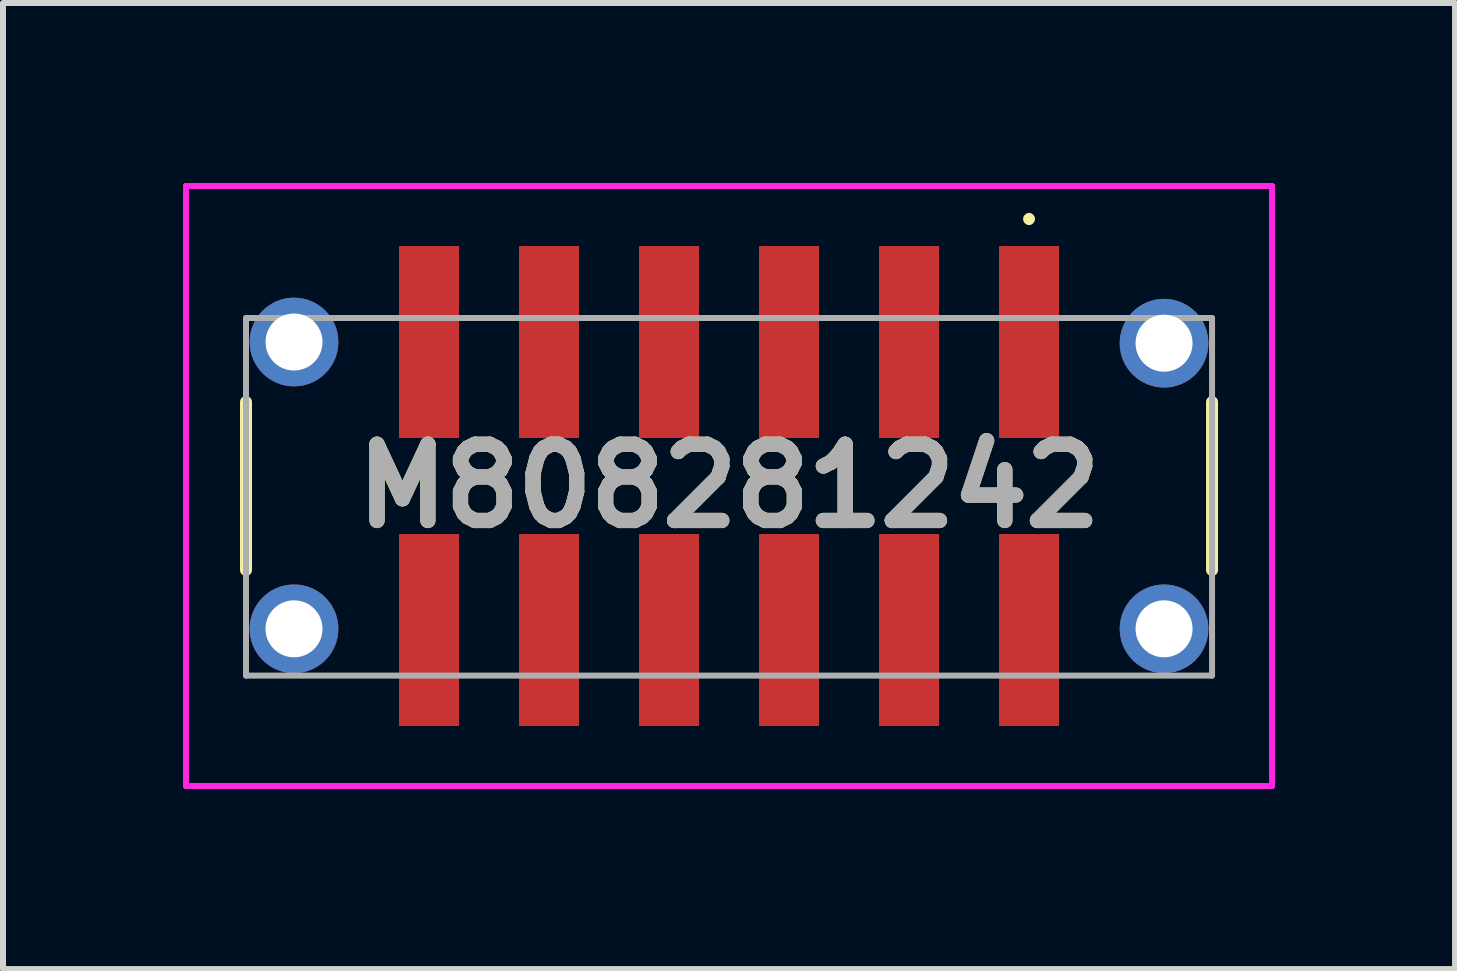
<source format=kicad_pcb>
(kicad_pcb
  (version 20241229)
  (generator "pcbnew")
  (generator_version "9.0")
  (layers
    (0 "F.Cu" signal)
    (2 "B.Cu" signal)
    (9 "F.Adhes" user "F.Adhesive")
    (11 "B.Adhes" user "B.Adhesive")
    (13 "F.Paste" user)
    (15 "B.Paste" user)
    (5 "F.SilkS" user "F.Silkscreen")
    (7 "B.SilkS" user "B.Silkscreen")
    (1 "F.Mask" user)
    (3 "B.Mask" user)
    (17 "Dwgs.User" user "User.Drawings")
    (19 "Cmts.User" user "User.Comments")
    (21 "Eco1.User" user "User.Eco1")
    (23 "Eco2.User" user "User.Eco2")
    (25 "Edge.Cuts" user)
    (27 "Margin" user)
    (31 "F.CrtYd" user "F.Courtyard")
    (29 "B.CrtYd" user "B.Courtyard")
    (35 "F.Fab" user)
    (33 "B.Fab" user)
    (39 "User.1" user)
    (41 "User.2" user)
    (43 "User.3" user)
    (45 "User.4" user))
  (footprint "M808281242"
    (layer "F.Cu")
    (at 9.1 5.05)
    (property "Reference" "M808281242" (at 0 0 0) (layer "F.SilkS") (effects (font (size 1.27 1.27) (thickness 0.254))))
    (attr through_hole)
    (fp_line (start -8.05 -1.4) (end -8.05 1.4) (stroke (width 0.2) (type solid)) (layer "F.SilkS"))
    (fp_line (start 5 -4.5) (end 5 -4.5) (stroke (width 0.1) (type solid)) (layer "F.SilkS"))
    (fp_line (start 5 -4.4) (end 5 -4.4) (stroke (width 0.1) (type solid)) (layer "F.SilkS"))
    (fp_line (start 8.05 -1.4) (end 8.05 1.4) (stroke (width 0.2) (type solid)) (layer "F.SilkS"))
    (fp_arc (start 5 -4.5) (mid 5.05 -4.45) (end 5 -4.4) (stroke (width 0.1) (type solid)) (layer "F.SilkS"))
    (fp_arc (start 5 -4.4) (mid 4.95 -4.45) (end 5 -4.5) (stroke (width 0.1) (type solid)) (layer "F.SilkS"))
    (fp_line (start -9.05 -5) (end 9.05 -5) (stroke (width 0.1) (type solid)) (layer "F.CrtYd"))
    (fp_line (start -9.05 5) (end -9.05 -5) (stroke (width 0.1) (type solid)) (layer "F.CrtYd"))
    (fp_line (start 9.05 -5) (end 9.05 5) (stroke (width 0.1) (type solid)) (layer "F.CrtYd"))
    (fp_line (start 9.05 5) (end -9.05 5) (stroke (width 0.1) (type solid)) (layer "F.CrtYd"))
    (fp_line (start -8.05 -2.8) (end 8.05 -2.8) (stroke (width 0.1) (type solid)) (layer "F.Fab"))
    (fp_line (start -8.05 3.16) (end -8.05 -2.8) (stroke (width 0.1) (type solid)) (layer "F.Fab"))
    (fp_line (start 8.05 -2.8) (end 8.05 3.16) (stroke (width 0.1) (type solid)) (layer "F.Fab"))
    (fp_line (start 8.05 3.16) (end -8.05 3.16) (stroke (width 0.1) (type solid)) (layer "F.Fab"))
    (fp_text user "${REFERENCE}" (at 0 0 0) (layer "F.Fab") (effects (font (size 1.27 1.27) (thickness 0.254))))
    (pad "1" smd rect (at 5 -2.4) (size 1 3.2) (layers "F.Cu" "F.Mask" "F.Paste"))
    (pad "2" smd rect (at 3 -2.4) (size 1 3.2) (layers "F.Cu" "F.Mask" "F.Paste"))
    (pad "3" smd rect (at 1 -2.4) (size 1 3.2) (layers "F.Cu" "F.Mask" "F.Paste"))
    (pad "4" smd rect (at -1 -2.4) (size 1 3.2) (layers "F.Cu" "F.Mask" "F.Paste"))
    (pad "5" smd rect (at -3 -2.4) (size 1 3.2) (layers "F.Cu" "F.Mask" "F.Paste"))
    (pad "6" smd rect (at -5 -2.4) (size 1 3.2) (layers "F.Cu" "F.Mask" "F.Paste"))
    (pad "7" smd rect (at 5 2.4) (size 1 3.2) (layers "F.Cu" "F.Mask" "F.Paste"))
    (pad "8" smd rect (at 3 2.4) (size 1 3.2) (layers "F.Cu" "F.Mask" "F.Paste"))
    (pad "9" smd rect (at 1 2.4) (size 1 3.2) (layers "F.Cu" "F.Mask" "F.Paste"))
    (pad "10" smd rect (at -1 2.4) (size 1 3.2) (layers "F.Cu" "F.Mask" "F.Paste"))
    (pad "11" smd rect (at -3 2.4) (size 1 3.2) (layers "F.Cu" "F.Mask" "F.Paste"))
    (pad "12" smd rect (at -5 2.4) (size 1 3.2) (layers "F.Cu" "F.Mask" "F.Paste"))
    (pad "MH1" thru_hole circle (at 7.25 2.38) (size 1.478 1.478) (drill 0.95) (layers "*.Cu" "*.Mask"))
    (pad "MH2" thru_hole circle (at 7.25 -2.38) (size 1.478 1.478) (drill 0.95) (layers "*.Cu" "*.Mask"))
    (pad "MH3" thru_hole circle (at -7.25 2.38) (size 1.478 1.478) (drill 0.95) (layers "*.Cu" "*.Mask"))
    (pad "MH4" thru_hole circle (at -7.25 -2.4) (size 1.478 1.478) (drill 0.95) (layers "*.Cu" "*.Mask")))
  (gr_rect
    (start -3 -3)
    (end 21.2 13.1)
    (stroke (width 0.1) (type default))
    (fill no)
    (layer "Edge.Cuts")))
</source>
